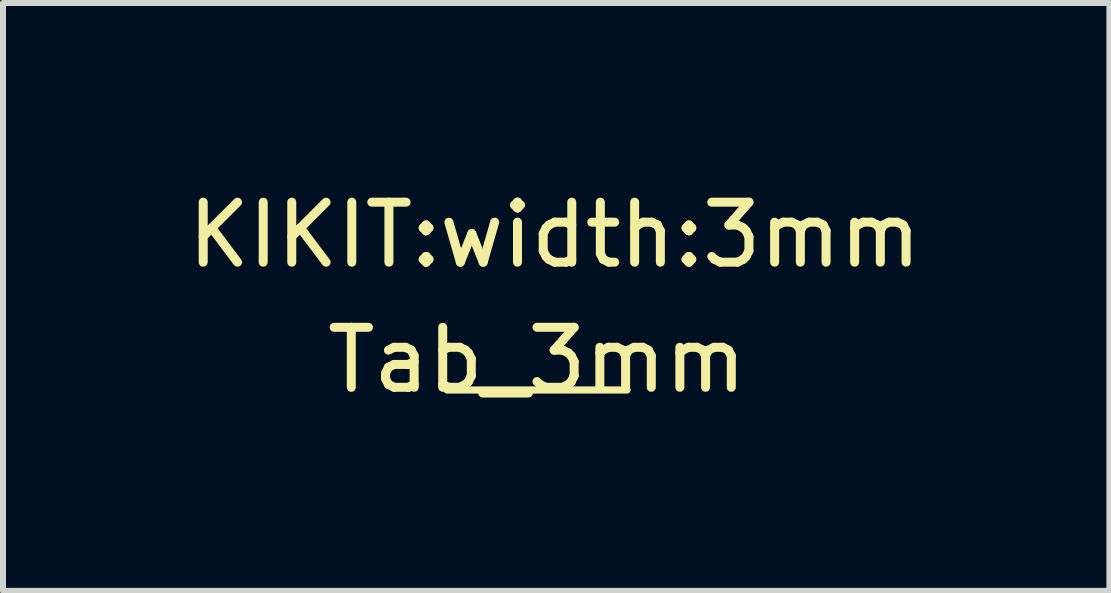
<source format=kicad_pcb>
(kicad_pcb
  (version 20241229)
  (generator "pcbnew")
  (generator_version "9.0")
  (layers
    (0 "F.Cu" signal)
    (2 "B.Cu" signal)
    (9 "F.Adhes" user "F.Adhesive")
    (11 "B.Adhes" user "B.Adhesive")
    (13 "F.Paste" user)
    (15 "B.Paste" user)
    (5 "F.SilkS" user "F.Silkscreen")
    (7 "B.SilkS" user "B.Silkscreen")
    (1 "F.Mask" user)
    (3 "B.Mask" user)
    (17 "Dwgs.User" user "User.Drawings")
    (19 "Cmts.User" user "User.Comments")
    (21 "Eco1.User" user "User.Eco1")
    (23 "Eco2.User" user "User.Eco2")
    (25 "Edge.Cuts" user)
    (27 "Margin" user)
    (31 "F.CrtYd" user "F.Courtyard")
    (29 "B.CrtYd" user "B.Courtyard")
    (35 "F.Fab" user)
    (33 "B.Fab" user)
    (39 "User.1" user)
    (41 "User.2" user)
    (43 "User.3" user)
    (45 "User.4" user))
  (footprint "Tab_3mm"
    (layer "F.Cu")
    (at 5.9 3.45)
    (property "Reference" "Tab_3mm" (at 0 -0.5 0) (unlocked yes) (layer "F.SilkS") (effects (font (size 1 1) (thickness 0.15))))
    (attr smd)
    (fp_line (start -1.5 0) (end 1.5 0) (stroke (width 0.12) (type default)) (layer "F.SilkS"))
    (fp_text user "KIKIT:width:3mm" (at -5.9 -2 0) (unlocked yes) (layer "F.SilkS") (effects (font (size 1 1) (thickness 0.15)) (justify left bottom))))
  (gr_rect
    (start -3 -3)
    (end 15.44 6.798)
    (stroke (width 0.1) (type default))
    (fill no)
    (layer "Edge.Cuts")))
</source>
